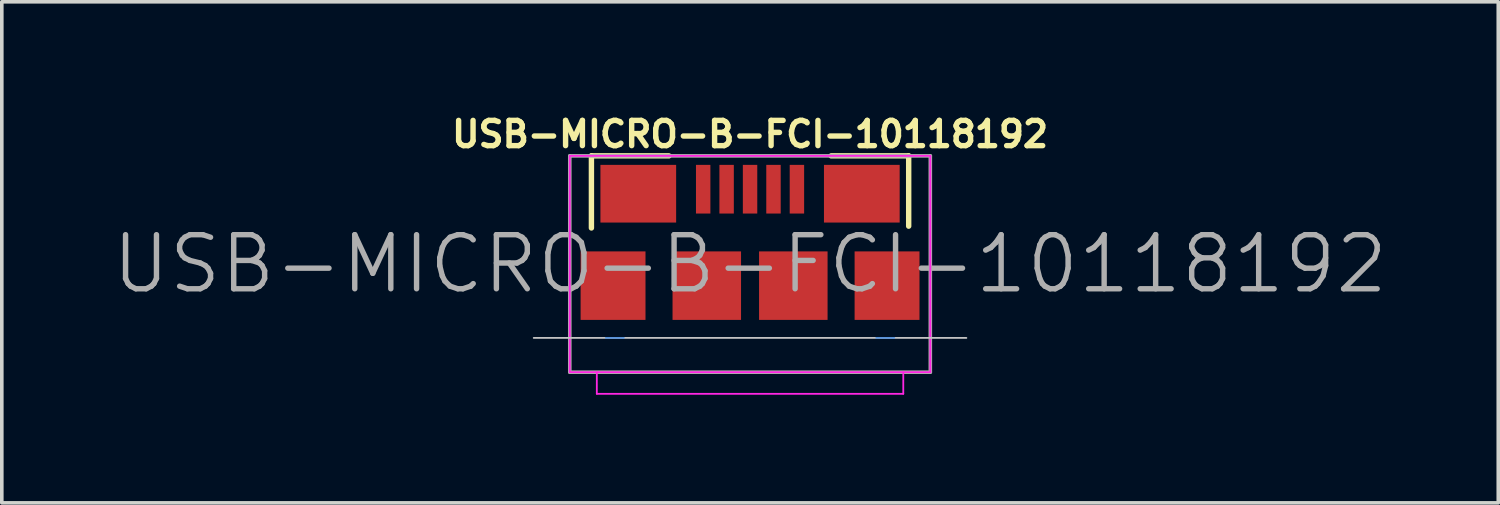
<source format=kicad_pcb>
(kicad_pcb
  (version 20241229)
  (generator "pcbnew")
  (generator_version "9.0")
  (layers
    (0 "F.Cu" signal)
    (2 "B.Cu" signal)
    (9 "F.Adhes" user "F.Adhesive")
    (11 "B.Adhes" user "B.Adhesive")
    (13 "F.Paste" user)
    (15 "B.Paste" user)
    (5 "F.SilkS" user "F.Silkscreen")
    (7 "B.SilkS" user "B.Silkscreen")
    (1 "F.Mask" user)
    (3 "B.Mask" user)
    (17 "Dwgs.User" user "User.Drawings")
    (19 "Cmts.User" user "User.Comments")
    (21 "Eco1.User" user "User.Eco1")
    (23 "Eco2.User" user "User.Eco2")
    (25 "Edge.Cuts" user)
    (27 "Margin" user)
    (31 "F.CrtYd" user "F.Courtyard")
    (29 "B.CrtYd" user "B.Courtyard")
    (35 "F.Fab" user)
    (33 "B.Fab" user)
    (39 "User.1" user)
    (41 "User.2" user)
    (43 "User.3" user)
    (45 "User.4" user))
  (footprint "USB-MICRO-B-FCI-10118192"
    (layer "F.Cu")
    (at 17.754 4.873)
    (property "Reference" "USB-MICRO-B-FCI-10118192" (at 0 -4.2 0) (layer "F.SilkS") (effects (font (size 0.7 0.7) (thickness 0.15))))
    (attr through_hole)
    (fp_line (start -4.4 -3.6) (end -2.25 -3.6) (stroke (width 0.15) (type solid)) (layer "F.SilkS"))
    (fp_line (start -4.4 -1.6) (end -4.4 -3.6) (stroke (width 0.15) (type solid)) (layer "F.SilkS"))
    (fp_line (start 2.25 -3.6) (end 4.4 -3.6) (stroke (width 0.15) (type solid)) (layer "F.SilkS"))
    (fp_line (start 4.4 -3.6) (end 4.4 -1.65) (stroke (width 0.15) (type solid)) (layer "F.SilkS"))
    (fp_line (start 6 1.45) (end -6 1.45) (stroke (width 0.05) (type solid)) (layer "Dwgs.User"))
    (fp_line (start -4 1.45) (end -3.5 1.45) (stroke (width 0.05) (type solid)) (layer "Cmts.User"))
    (fp_line (start 4 1.45) (end 3.5 1.45) (stroke (width 0.05) (type solid)) (layer "Cmts.User"))
    (fp_line (start -5 -3.6) (end -5 2.4) (stroke (width 0.05) (type solid)) (layer "F.CrtYd"))
    (fp_line (start -4.25 3) (end -4.25 2.4) (stroke (width 0.05) (type solid)) (layer "F.CrtYd"))
    (fp_line (start 4.25 2.4) (end 4.25 3) (stroke (width 0.05) (type solid)) (layer "F.CrtYd"))
    (fp_line (start 4.25 3) (end -4.25 3) (stroke (width 0.05) (type solid)) (layer "F.CrtYd"))
    (fp_line (start 5 -3.6) (end -5 -3.6) (stroke (width 0.05) (type solid)) (layer "F.CrtYd"))
    (fp_line (start 5 -3.6) (end 5 2.4) (stroke (width 0.05) (type solid)) (layer "F.CrtYd"))
    (fp_line (start 5 2.4) (end -5 2.4) (stroke (width 0.05) (type solid)) (layer "F.CrtYd"))
    (fp_line (start -5 -3.6) (end 5 -3.6) (stroke (width 0.1) (type solid)) (layer "F.Fab"))
    (fp_line (start -5 2.4) (end -5 -3.6) (stroke (width 0.1) (type solid)) (layer "F.Fab"))
    (fp_line (start 5 -3.6) (end 5 2.4) (stroke (width 0.1) (type solid)) (layer "F.Fab"))
    (fp_line (start 5 2.4) (end -5 2.4) (stroke (width 0.1) (type solid)) (layer "F.Fab"))
    (fp_text user "${REFERENCE}" (at 0 -0.6 0) (layer "F.Fab") (effects (font (size 1.5 1.5) (thickness 0.15))))
    (pad "" smd rect (at -3.8 0) (size 1.8 1.9) (layers "F.Cu" "F.Mask" "F.Paste"))
    (pad "" smd rect (at -1.2 0) (size 1.9 1.9) (layers "F.Cu" "F.Mask" "F.Paste"))
    (pad "" smd rect (at 1.2 0) (size 1.9 1.9) (layers "F.Cu" "F.Mask" "F.Paste"))
    (pad "" smd rect (at 3.8 0) (size 1.8 1.9) (layers "F.Cu" "F.Mask" "F.Paste"))
    (pad "1" smd rect (at -1.3 -2.675) (size 0.4 1.35) (layers "F.Cu" "F.Mask" "F.Paste"))
    (pad "2" smd rect (at -0.65 -2.675) (size 0.4 1.35) (layers "F.Cu" "F.Mask" "F.Paste"))
    (pad "3" smd rect (at 0 -2.675) (size 0.4 1.35) (layers "F.Cu" "F.Mask" "F.Paste"))
    (pad "4" smd rect (at 0.65 -2.675) (size 0.4 1.35) (layers "F.Cu" "F.Mask" "F.Paste"))
    (pad "5" smd rect (at 1.3 -2.675) (size 0.4 1.35) (layers "F.Cu" "F.Mask" "F.Paste"))
    (pad "6" smd rect (at -3.1 -2.55) (size 2.1 1.6) (layers "F.Cu" "F.Mask" "F.Paste"))
    (pad "6" smd rect (at 3.1 -2.55) (size 2.1 1.6) (layers "F.Cu" "F.Mask" "F.Paste")))
  (gr_rect
    (start -3 -3)
    (end 38.507 10.898)
    (stroke (width 0.1) (type default))
    (fill no)
    (layer "Edge.Cuts")))
</source>
